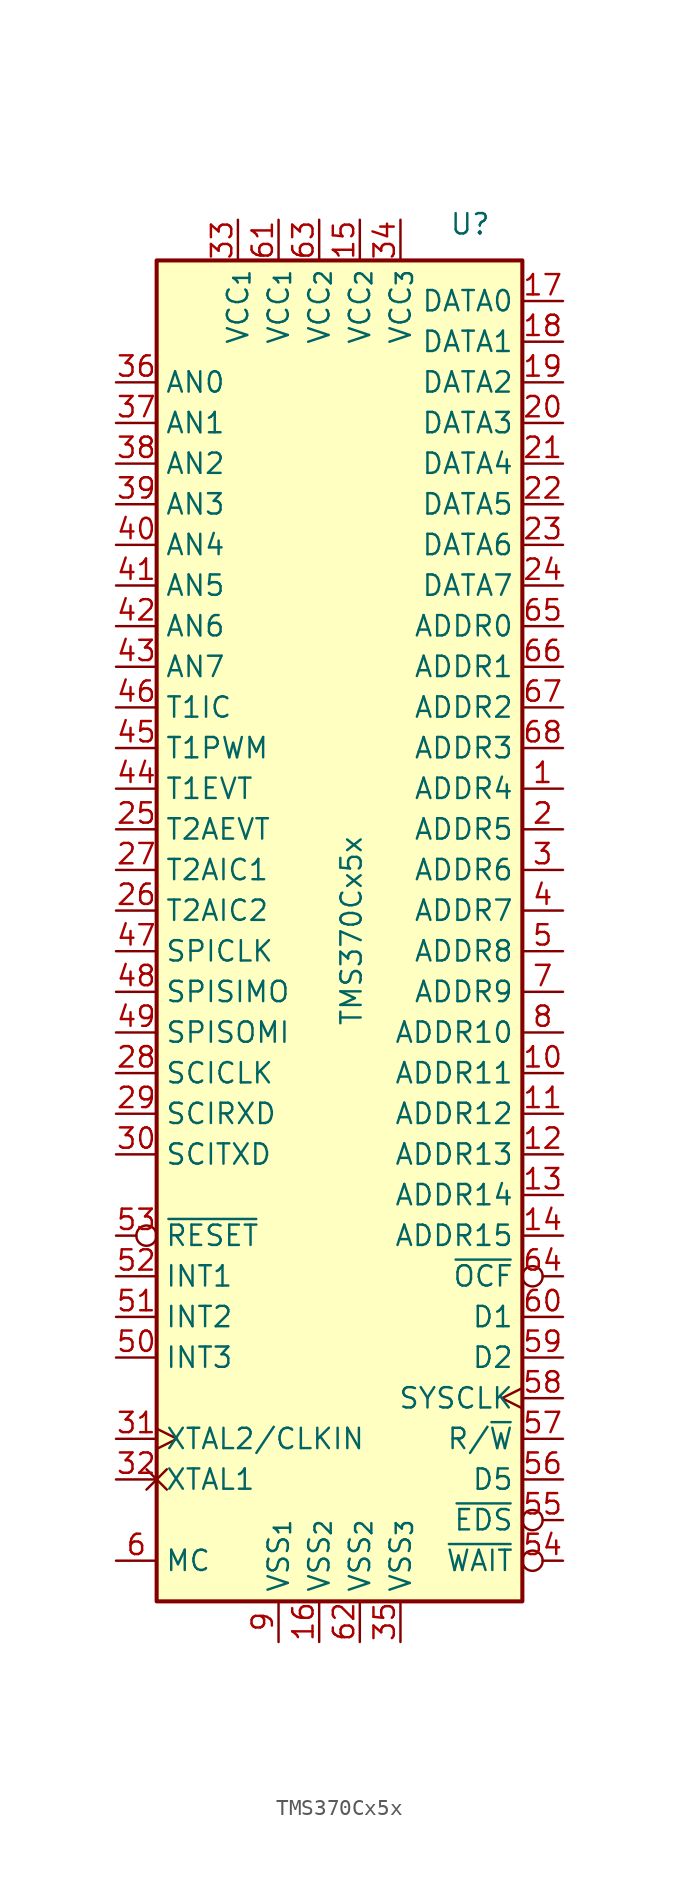
<source format=kicad_sym>
(kicad_symbol_lib
  (version 20241209)
  (generator "kicad_symbol_editor")
  (generator_version "9.0")
  (symbol "TMS370Cx5x"
    (property "Reference" "U"
      (at 6.858 43.434 0)
      (effects (font (size 1.27 1.27)) (justify left bottom)))
    (property "Value" "TMS370Cx5x"
      (at 0 0 90)
      (effects (font (size 1.27 1.27)) (justify top)))
    (symbol "TMS370Cx5x_0_1"
      (rectangle (start -11.43 41.91) (end 11.43 -41.91) (stroke (width 0.254) (type default)) (fill (type background))))
    (symbol "TMS370Cx5x_1_0"
      (pin bidirectional line (at -13.97 13.97 0) (length 2.54) (name "T1IC" (effects (font (size 1.27 1.27)))) (number "46" (effects (font (size 1.27 1.27)))))
      (pin bidirectional line (at -13.97 11.43 0) (length 2.54) (name "T1PWM" (effects (font (size 1.27 1.27)))) (number "45" (effects (font (size 1.27 1.27)))))
      (pin bidirectional line (at -13.97 8.89 0) (length 2.54) (name "T1EVT" (effects (font (size 1.27 1.27)))) (number "44" (effects (font (size 1.27 1.27)))))
      (pin bidirectional line (at -13.97 3.81 0) (length 2.54) (name "T2AIC1" (effects (font (size 1.27 1.27)))) (number "27" (effects (font (size 1.27 1.27)))))
      (pin bidirectional line (at -13.97 1.27 0) (length 2.54) (name "T2AIC2" (effects (font (size 1.27 1.27)))) (number "26" (effects (font (size 1.27 1.27)))))
      (pin bidirectional line (at -13.97 -1.27 0) (length 2.54) (name "SPICLK" (effects (font (size 1.27 1.27)))) (number "47" (effects (font (size 1.27 1.27)))))
      (pin bidirectional line (at -13.97 -3.81 0) (length 2.54) (name "SPISIMO" (effects (font (size 1.27 1.27)))) (number "48" (effects (font (size 1.27 1.27)))))
      (pin bidirectional line (at -13.97 -6.35 0) (length 2.54) (name "SPISOMI" (effects (font (size 1.27 1.27)))) (number "49" (effects (font (size 1.27 1.27)))))
      (pin bidirectional line (at -13.97 -8.89 0) (length 2.54) (name "SCICLK" (effects (font (size 1.27 1.27)))) (number "28" (effects (font (size 1.27 1.27)))))
      (pin bidirectional line (at -13.97 -11.43 0) (length 2.54) (name "SCIRXD" (effects (font (size 1.27 1.27)))) (number "29" (effects (font (size 1.27 1.27)))))
      (pin bidirectional line (at -13.97 -13.97 0) (length 2.54) (name "SCITXD" (effects (font (size 1.27 1.27)))) (number "30" (effects (font (size 1.27 1.27)))))
      (pin input line (at -13.97 -24.13 0) (length 2.54) (name "INT2" (effects (font (size 1.27 1.27)))) (number "51" (effects (font (size 1.27 1.27)))))
      (pin power_in line (at -6.35 44.45 270) (length 2.54) (name "VCC_{1}" (effects (font (size 1.27 1.27)))) (number "33" (effects (font (size 1.27 1.27)))))
      (pin power_in line (at -3.81 44.45 270) (length 2.54) (name "VCC_{1}" (effects (font (size 1.27 1.27)))) (number "61" (effects (font (size 1.27 1.27)))))
      (pin power_in line (at -3.81 -44.45 90) (length 2.54) (name "VSS_{1}" (effects (font (size 1.27 1.27)))) (number "9" (effects (font (size 1.27 1.27)))))
      (pin power_in line (at -1.27 44.45 270) (length 2.54) (name "VCC_{2}" (effects (font (size 1.27 1.27)))) (number "63" (effects (font (size 1.27 1.27)))))
      (pin power_in line (at -1.27 -44.45 90) (length 2.54) (name "VSS_{2}" (effects (font (size 1.27 1.27)))) (number "16" (effects (font (size 1.27 1.27)))))
      (pin power_in line (at 1.27 44.45 270) (length 2.54) (name "VCC_{2}" (effects (font (size 1.27 1.27)))) (number "15" (effects (font (size 1.27 1.27)))))
      (pin power_in line (at 1.27 -44.45 90) (length 2.54) (name "VSS_{2}" (effects (font (size 1.27 1.27)))) (number "62" (effects (font (size 1.27 1.27)))))
      (pin power_in line (at 3.81 44.45 270) (length 2.54) (name "VCC_{3}" (effects (font (size 1.27 1.27)))) (number "34" (effects (font (size 1.27 1.27)))))
      (pin power_in line (at 3.81 -44.45 90) (length 2.54) (name "VSS_{3}" (effects (font (size 1.27 1.27)))) (number "35" (effects (font (size 1.27 1.27)))))
      (pin output line (at 13.97 19.05 180) (length 2.54) (name "ADDR0" (effects (font (size 1.27 1.27)))) (number "65" (effects (font (size 1.27 1.27)))))
      (pin output line (at 13.97 16.51 180) (length 2.54) (name "ADDR1" (effects (font (size 1.27 1.27)))) (number "66" (effects (font (size 1.27 1.27)))))
      (pin output line (at 13.97 13.97 180) (length 2.54) (name "ADDR2" (effects (font (size 1.27 1.27)))) (number "67" (effects (font (size 1.27 1.27)))))
      (pin output line (at 13.97 11.43 180) (length 2.54) (name "ADDR3" (effects (font (size 1.27 1.27)))) (number "68" (effects (font (size 1.27 1.27)))))
      (pin output line (at 13.97 8.89 180) (length 2.54) (name "ADDR4" (effects (font (size 1.27 1.27)))) (number "1" (effects (font (size 1.27 1.27)))))
      (pin output line (at 13.97 6.35 180) (length 2.54) (name "ADDR5" (effects (font (size 1.27 1.27)))) (number "2" (effects (font (size 1.27 1.27)))))
      (pin output line (at 13.97 3.81 180) (length 2.54) (name "ADDR6" (effects (font (size 1.27 1.27)))) (number "3" (effects (font (size 1.27 1.27)))))
      (pin output line (at 13.97 1.27 180) (length 2.54) (name "ADDR7" (effects (font (size 1.27 1.27)))) (number "4" (effects (font (size 1.27 1.27))))))
    (symbol "TMS370Cx5x_1_1"
      (pin input line (at -13.97 34.29 0) (length 2.54) (name "AN0" (effects (font (size 1.27 1.27)))) (number "36" (effects (font (size 1.27 1.27)))))
      (pin input line (at -13.97 31.75 0) (length 2.54) (name "AN1" (effects (font (size 1.27 1.27)))) (number "37" (effects (font (size 1.27 1.27)))))
      (pin input line (at -13.97 29.21 0) (length 2.54) (name "AN2" (effects (font (size 1.27 1.27)))) (number "38" (effects (font (size 1.27 1.27)))))
      (pin input line (at -13.97 26.67 0) (length 2.54) (name "AN3" (effects (font (size 1.27 1.27)))) (number "39" (effects (font (size 1.27 1.27)))))
      (pin input line (at -13.97 24.13 0) (length 2.54) (name "AN4" (effects (font (size 1.27 1.27)))) (number "40" (effects (font (size 1.27 1.27)))))
      (pin input line (at -13.97 21.59 0) (length 2.54) (name "AN5" (effects (font (size 1.27 1.27)))) (number "41" (effects (font (size 1.27 1.27)))))
      (pin input line (at -13.97 19.05 0) (length 2.54) (name "AN6" (effects (font (size 1.27 1.27)))) (number "42" (effects (font (size 1.27 1.27)))))
      (pin input line (at -13.97 16.51 0) (length 2.54) (name "AN7" (effects (font (size 1.27 1.27)))) (number "43" (effects (font (size 1.27 1.27)))))
      (pin bidirectional line (at -13.97 6.35 0) (length 2.54) (name "T2AEVT" (effects (font (size 1.27 1.27)))) (number "25" (effects (font (size 1.27 1.27)))))
      (pin input inverted (at -13.97 -19.05 0) (length 2.54) (name "~{RESET}" (effects (font (size 1.27 1.27)))) (number "53" (effects (font (size 1.27 1.27)))))
      (pin input line (at -13.97 -21.59 0) (length 2.54) (name "INT1" (effects (font (size 1.27 1.27)))) (number "52" (effects (font (size 1.27 1.27)))))
      (pin input line (at -13.97 -26.67 0) (length 2.54) (name "INT3" (effects (font (size 1.27 1.27)))) (number "50" (effects (font (size 1.27 1.27)))))
      (pin input clock (at -13.97 -31.75 0) (length 2.54) (name "XTAL2/CLKIN" (effects (font (size 1.27 1.27)))) (number "31" (effects (font (size 1.27 1.27)))))
      (pin output non_logic (at -13.97 -34.29 0) (length 2.54) (name "XTAL1" (effects (font (size 1.27 1.27)))) (number "32" (effects (font (size 1.27 1.27)))))
      (pin input line (at -13.97 -39.37 0) (length 2.54) (name "MC" (effects (font (size 1.27 1.27)))) (number "6" (effects (font (size 1.27 1.27)))))
      (pin bidirectional line (at 13.97 39.37 180) (length 2.54) (name "DATA0" (effects (font (size 1.27 1.27)))) (number "17" (effects (font (size 1.27 1.27)))))
      (pin bidirectional line (at 13.97 36.83 180) (length 2.54) (name "DATA1" (effects (font (size 1.27 1.27)))) (number "18" (effects (font (size 1.27 1.27)))))
      (pin bidirectional line (at 13.97 34.29 180) (length 2.54) (name "DATA2" (effects (font (size 1.27 1.27)))) (number "19" (effects (font (size 1.27 1.27)))))
      (pin bidirectional line (at 13.97 31.75 180) (length 2.54) (name "DATA3" (effects (font (size 1.27 1.27)))) (number "20" (effects (font (size 1.27 1.27)))))
      (pin bidirectional line (at 13.97 29.21 180) (length 2.54) (name "DATA4" (effects (font (size 1.27 1.27)))) (number "21" (effects (font (size 1.27 1.27)))))
      (pin bidirectional line (at 13.97 26.67 180) (length 2.54) (name "DATA5" (effects (font (size 1.27 1.27)))) (number "22" (effects (font (size 1.27 1.27)))))
      (pin bidirectional line (at 13.97 24.13 180) (length 2.54) (name "DATA6" (effects (font (size 1.27 1.27)))) (number "23" (effects (font (size 1.27 1.27)))))
      (pin bidirectional line (at 13.97 21.59 180) (length 2.54) (name "DATA7" (effects (font (size 1.27 1.27)))) (number "24" (effects (font (size 1.27 1.27)))))
      (pin output line (at 13.97 -1.27 180) (length 2.54) (name "ADDR8" (effects (font (size 1.27 1.27)))) (number "5" (effects (font (size 1.27 1.27)))))
      (pin output line (at 13.97 -3.81 180) (length 2.54) (name "ADDR9" (effects (font (size 1.27 1.27)))) (number "7" (effects (font (size 1.27 1.27)))))
      (pin output line (at 13.97 -6.35 180) (length 2.54) (name "ADDR10" (effects (font (size 1.27 1.27)))) (number "8" (effects (font (size 1.27 1.27)))))
      (pin output line (at 13.97 -8.89 180) (length 2.54) (name "ADDR11" (effects (font (size 1.27 1.27)))) (number "10" (effects (font (size 1.27 1.27)))))
      (pin output line (at 13.97 -11.43 180) (length 2.54) (name "ADDR12" (effects (font (size 1.27 1.27)))) (number "11" (effects (font (size 1.27 1.27)))))
      (pin output line (at 13.97 -13.97 180) (length 2.54) (name "ADDR13" (effects (font (size 1.27 1.27)))) (number "12" (effects (font (size 1.27 1.27)))))
      (pin output line (at 13.97 -16.51 180) (length 2.54) (name "ADDR14" (effects (font (size 1.27 1.27)))) (number "13" (effects (font (size 1.27 1.27)))))
      (pin output line (at 13.97 -19.05 180) (length 2.54) (name "ADDR15" (effects (font (size 1.27 1.27)))) (number "14" (effects (font (size 1.27 1.27)))))
      (pin output inverted (at 13.97 -21.59 180) (length 2.54) (name "~{OCF}" (effects (font (size 1.27 1.27)))) (number "64" (effects (font (size 1.27 1.27)))))
      (pin bidirectional line (at 13.97 -24.13 180) (length 2.54) (name "D1" (effects (font (size 1.27 1.27)))) (number "60" (effects (font (size 1.27 1.27)))))
      (pin bidirectional line (at 13.97 -26.67 180) (length 2.54) (name "D2" (effects (font (size 1.27 1.27)))) (number "59" (effects (font (size 1.27 1.27)))))
      (pin output clock (at 13.97 -29.21 180) (length 2.54) (name "SYSCLK" (effects (font (size 1.27 1.27)))) (number "58" (effects (font (size 1.27 1.27)))))
      (pin output line (at 13.97 -31.75 180) (length 2.54) (name "R/~{W}" (effects (font (size 1.27 1.27)))) (number "57" (effects (font (size 1.27 1.27)))))
      (pin bidirectional line (at 13.97 -34.29 180) (length 2.54) (name "D5" (effects (font (size 1.27 1.27)))) (number "56" (effects (font (size 1.27 1.27)))))
      (pin output inverted (at 13.97 -36.83 180) (length 2.54) (name "~{EDS}" (effects (font (size 1.27 1.27)))) (number "55" (effects (font (size 1.27 1.27)))))
      (pin input inverted (at 13.97 -39.37 180) (length 2.54) (name "~{WAIT}" (effects (font (size 1.27 1.27)))) (number "54" (effects (font (size 1.27 1.27))))))))
</source>
